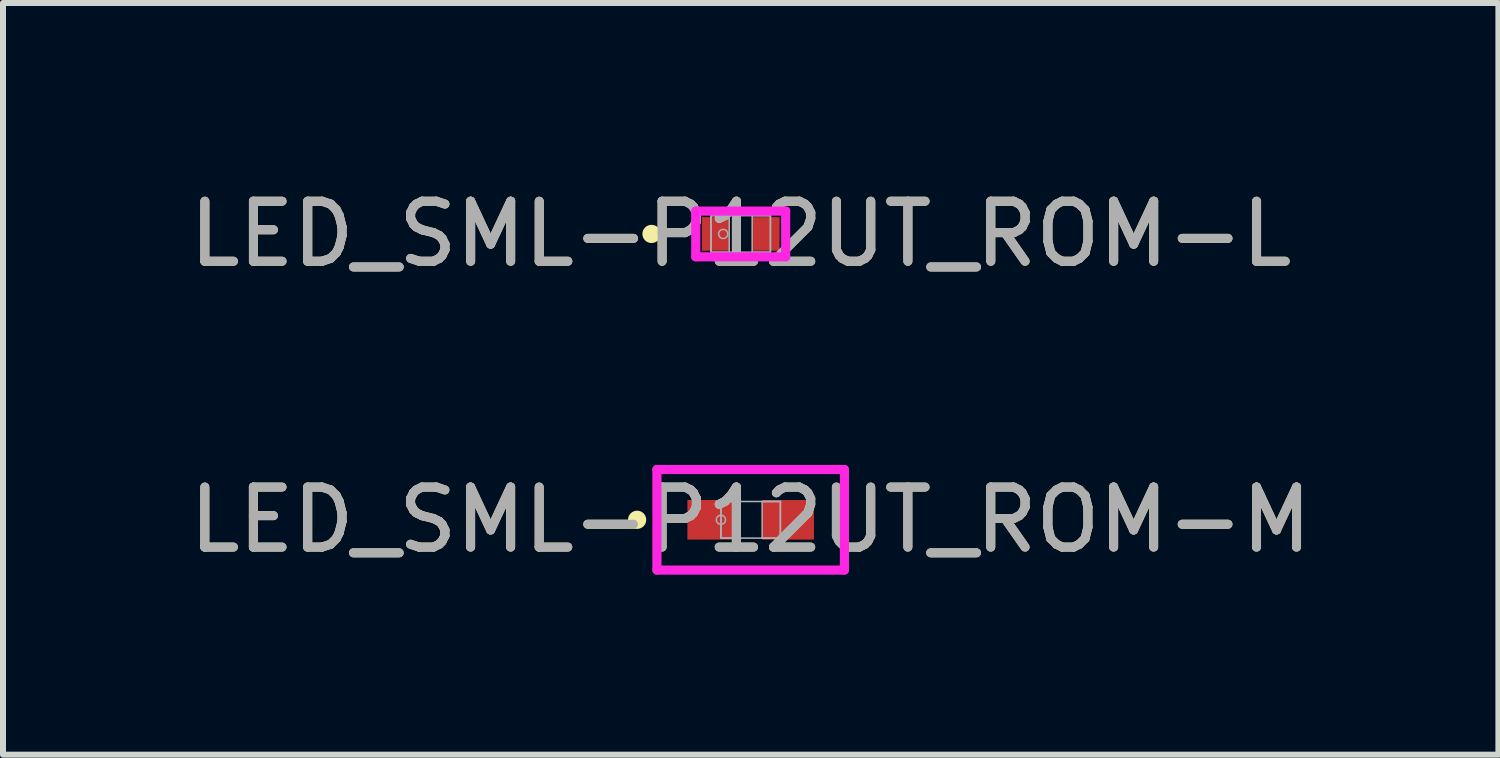
<source format=kicad_pcb>
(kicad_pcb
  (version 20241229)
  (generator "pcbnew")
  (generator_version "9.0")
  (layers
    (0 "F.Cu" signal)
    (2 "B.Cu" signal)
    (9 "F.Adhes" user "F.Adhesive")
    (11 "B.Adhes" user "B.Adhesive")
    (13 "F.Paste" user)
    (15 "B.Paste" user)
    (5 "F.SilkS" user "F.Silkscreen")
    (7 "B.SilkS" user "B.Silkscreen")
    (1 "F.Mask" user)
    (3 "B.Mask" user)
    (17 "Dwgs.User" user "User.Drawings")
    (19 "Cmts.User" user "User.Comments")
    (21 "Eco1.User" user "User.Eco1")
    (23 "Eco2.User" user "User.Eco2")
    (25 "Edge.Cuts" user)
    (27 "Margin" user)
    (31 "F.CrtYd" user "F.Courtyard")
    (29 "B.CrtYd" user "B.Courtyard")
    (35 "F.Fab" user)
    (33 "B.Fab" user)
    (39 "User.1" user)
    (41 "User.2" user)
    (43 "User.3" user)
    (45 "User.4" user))
  (footprint "LED_SML-P12UT_ROM-L"
    (layer "F.Cu")
    (at 9.292 0.848)
    (property "Reference" "LED_SML-P12UT_ROM-L" (at 0 0 0) (unlocked yes) (layer "F.SilkS") (effects (font (size 1 1) (thickness 0.15))))
    (attr smd)
    (fp_circle (center -1.486 0) (end -1.41 0) (stroke (width 0.152) (type solid)) (fill no) (layer "F.SilkS"))
    (fp_line (start -0.749 -0.381) (end 0.749 -0.381) (stroke (width 0.152) (type solid)) (layer "F.CrtYd"))
    (fp_line (start -0.749 0.381) (end -0.749 -0.381) (stroke (width 0.152) (type solid)) (layer "F.CrtYd"))
    (fp_line (start 0.749 -0.381) (end 0.749 0.381) (stroke (width 0.152) (type solid)) (layer "F.CrtYd"))
    (fp_line (start 0.749 0.381) (end -0.749 0.381) (stroke (width 0.152) (type solid)) (layer "F.CrtYd"))
    (fp_line (start -0.495 -0.305) (end -0.495 0.305) (stroke (width 0.025) (type solid)) (layer "F.Fab"))
    (fp_line (start -0.495 -0.305) (end -0.495 0.305) (stroke (width 0.025) (type solid)) (layer "F.Fab"))
    (fp_line (start -0.495 0.305) (end -0.191 0.305) (stroke (width 0.025) (type solid)) (layer "F.Fab"))
    (fp_line (start -0.495 0.305) (end 0.495 0.305) (stroke (width 0.025) (type solid)) (layer "F.Fab"))
    (fp_line (start -0.191 -0.305) (end -0.495 -0.305) (stroke (width 0.025) (type solid)) (layer "F.Fab"))
    (fp_line (start -0.191 0.305) (end -0.191 -0.305) (stroke (width 0.025) (type solid)) (layer "F.Fab"))
    (fp_line (start 0.191 -0.305) (end 0.191 0.305) (stroke (width 0.025) (type solid)) (layer "F.Fab"))
    (fp_line (start 0.191 0.305) (end 0.495 0.305) (stroke (width 0.025) (type solid)) (layer "F.Fab"))
    (fp_line (start 0.495 -0.305) (end -0.495 -0.305) (stroke (width 0.025) (type solid)) (layer "F.Fab"))
    (fp_line (start 0.495 -0.305) (end 0.191 -0.305) (stroke (width 0.025) (type solid)) (layer "F.Fab"))
    (fp_line (start 0.495 0.305) (end 0.495 -0.305) (stroke (width 0.025) (type solid)) (layer "F.Fab"))
    (fp_line (start 0.495 0.305) (end 0.495 -0.305) (stroke (width 0.025) (type solid)) (layer "F.Fab"))
    (fp_circle (center -0.292 0) (end -0.216 0) (stroke (width 0.025) (type solid)) (fill no) (layer "F.Fab"))
    (fp_text user "${REFERENCE}" (at 0 0 0) (unlocked yes) (layer "F.Fab") (effects (font (size 1 1) (thickness 0.15))))
    (pad "1" smd rect (at -0.419 0) (size 0.457 0.559) (layers "F.Cu" "F.Mask" "F.Paste"))
    (pad "2" smd rect (at 0.419 0) (size 0.457 0.559) (layers "F.Cu" "F.Mask" "F.Paste"))
    (zone (net_name "") (layer "F.Cu") (hatch full 0.508) (connect_pads) (min_thickness 0.254) (filled_areas_thickness no) (keepout (tracks not_allowed) (vias not_allowed) (pads allowed) (copperpour not_allowed) (footprints allowed)) (placement (enabled no)) (fill) (polygon (pts (xy 9.152 0.594) (xy 9.431 0.594) (xy 9.431 1.102) (xy 9.152 1.102)))))
  (footprint "LED_SML-P12UT_ROM-M"
    (layer "F.Cu")
    (at 9.458 5.611)
    (property "Reference" "LED_SML-P12UT_ROM-M" (at 0 0 0) (unlocked yes) (layer "F.SilkS") (effects (font (size 1 1) (thickness 0.15))))
    (attr smd)
    (fp_circle (center -1.892 0) (end -1.816 0) (stroke (width 0.152) (type solid)) (fill no) (layer "F.SilkS"))
    (fp_line (start -1.562 -0.838) (end 1.562 -0.838) (stroke (width 0.152) (type solid)) (layer "F.CrtYd"))
    (fp_line (start -1.562 0.838) (end -1.562 -0.838) (stroke (width 0.152) (type solid)) (layer "F.CrtYd"))
    (fp_line (start 1.562 -0.838) (end 1.562 0.838) (stroke (width 0.152) (type solid)) (layer "F.CrtYd"))
    (fp_line (start 1.562 0.838) (end -1.562 0.838) (stroke (width 0.152) (type solid)) (layer "F.CrtYd"))
    (fp_line (start -0.495 -0.305) (end -0.495 0.305) (stroke (width 0.025) (type solid)) (layer "F.Fab"))
    (fp_line (start -0.495 -0.305) (end -0.495 0.305) (stroke (width 0.025) (type solid)) (layer "F.Fab"))
    (fp_line (start -0.495 0.305) (end -0.191 0.305) (stroke (width 0.025) (type solid)) (layer "F.Fab"))
    (fp_line (start -0.495 0.305) (end 0.495 0.305) (stroke (width 0.025) (type solid)) (layer "F.Fab"))
    (fp_line (start -0.191 -0.305) (end -0.495 -0.305) (stroke (width 0.025) (type solid)) (layer "F.Fab"))
    (fp_line (start -0.191 0.305) (end -0.191 -0.305) (stroke (width 0.025) (type solid)) (layer "F.Fab"))
    (fp_line (start 0.191 -0.305) (end 0.191 0.305) (stroke (width 0.025) (type solid)) (layer "F.Fab"))
    (fp_line (start 0.191 0.305) (end 0.495 0.305) (stroke (width 0.025) (type solid)) (layer "F.Fab"))
    (fp_line (start 0.495 -0.305) (end -0.495 -0.305) (stroke (width 0.025) (type solid)) (layer "F.Fab"))
    (fp_line (start 0.495 -0.305) (end 0.191 -0.305) (stroke (width 0.025) (type solid)) (layer "F.Fab"))
    (fp_line (start 0.495 0.305) (end 0.495 -0.305) (stroke (width 0.025) (type solid)) (layer "F.Fab"))
    (fp_line (start 0.495 0.305) (end 0.495 -0.305) (stroke (width 0.025) (type solid)) (layer "F.Fab"))
    (fp_circle (center -0.495 0) (end -0.419 0) (stroke (width 0.025) (type solid)) (fill no) (layer "F.Fab"))
    (fp_text user "${REFERENCE}" (at 0 0 0) (unlocked yes) (layer "F.Fab") (effects (font (size 1 1) (thickness 0.15))))
    (pad "1" smd rect (at -0.622 0) (size 0.864 0.66) (layers "F.Cu" "F.Mask" "F.Paste"))
    (pad "2" smd rect (at 0.622 0) (size 0.864 0.66) (layers "F.Cu" "F.Mask" "F.Paste"))
    (zone (net_name "") (layer "F.Cu") (hatch full 0.508) (connect_pads) (min_thickness 0.254) (filled_areas_thickness no) (keepout (tracks not_allowed) (vias not_allowed) (pads allowed) (copperpour not_allowed) (footprints allowed)) (placement (enabled no)) (fill) (polygon (pts (xy 9.319 5.357) (xy 9.598 5.357) (xy 9.598 5.865) (xy 9.319 5.865)))))
  (gr_rect
    (start -3 -3)
    (end 21.917 9.525)
    (stroke (width 0.1) (type default))
    (fill no)
    (layer "Edge.Cuts")))
</source>
